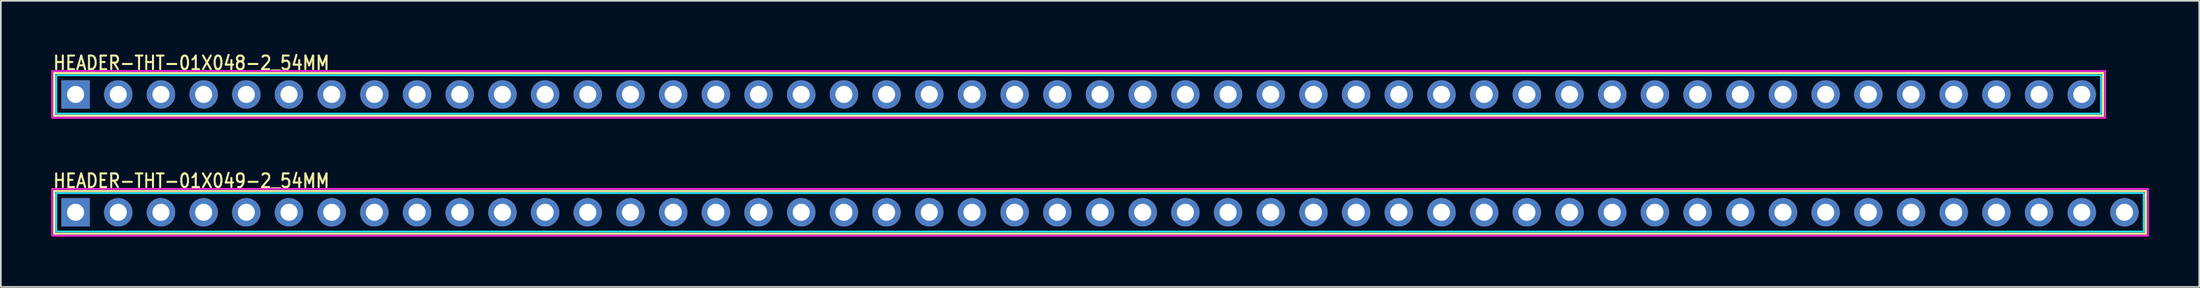
<source format=kicad_pcb>
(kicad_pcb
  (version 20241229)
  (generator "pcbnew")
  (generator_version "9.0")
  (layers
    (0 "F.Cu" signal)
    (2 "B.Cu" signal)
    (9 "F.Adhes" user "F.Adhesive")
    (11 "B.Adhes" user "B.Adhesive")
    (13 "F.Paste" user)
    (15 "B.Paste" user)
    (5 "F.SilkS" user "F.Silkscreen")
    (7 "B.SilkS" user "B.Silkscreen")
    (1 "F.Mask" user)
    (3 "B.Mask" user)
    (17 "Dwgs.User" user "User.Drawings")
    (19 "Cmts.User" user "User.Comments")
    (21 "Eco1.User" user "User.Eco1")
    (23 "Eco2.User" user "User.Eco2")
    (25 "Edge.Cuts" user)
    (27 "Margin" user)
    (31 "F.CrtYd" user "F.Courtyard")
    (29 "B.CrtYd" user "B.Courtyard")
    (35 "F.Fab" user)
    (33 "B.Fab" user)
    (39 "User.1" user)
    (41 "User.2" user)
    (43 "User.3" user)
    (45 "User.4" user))
  (footprint "HEADER-THT-01X048-2_54MM"
    (layer "F.Cu")
    (at 1.447 2.579)
    (property "Reference" "HEADER-THT-01X048-2_54MM" (at -1.4 -1.4 0) (unlocked yes) (layer "F.SilkS") (effects (font (size 0.813 0.695) (thickness 0.122)) (justify left bottom)))
    (fp_line (start -1.27 -1.27) (end -1.27 1.27) (stroke (width 0.127) (type solid)) (layer "F.SilkS"))
    (fp_line (start -1.27 1.27) (end 120.65 1.27) (stroke (width 0.127) (type solid)) (layer "F.SilkS"))
    (fp_line (start 120.65 -1.27) (end -1.27 -1.27) (stroke (width 0.127) (type solid)) (layer "F.SilkS"))
    (fp_line (start 120.65 1.27) (end 120.65 -1.27) (stroke (width 0.127) (type solid)) (layer "F.SilkS"))
    (fp_poly (pts (xy -1.143 -1.143) (xy 120.523 -1.143) (xy 120.523 1.143) (xy -1.143 1.143)) (stroke (width 0.1) (type solid)) (fill no) (layer "B.CrtYd"))
    (fp_poly (pts (xy -1.397 -1.397) (xy 120.777 -1.397) (xy 120.777 1.397) (xy -1.397 1.397)) (stroke (width 0.1) (type solid)) (fill no) (layer "F.CrtYd"))
    (pad "P$1" thru_hole rect (at 0 0) (size 1.693 1.693) (drill 1.016) (layers "*.Cu" "*.Mask"))
    (pad "P$2" thru_hole oval (at 2.54 0) (size 1.693 1.693) (drill 1.016) (layers "*.Cu" "*.Mask"))
    (pad "P$3" thru_hole oval (at 5.08 0) (size 1.693 1.693) (drill 1.016) (layers "*.Cu" "*.Mask"))
    (pad "P$4" thru_hole oval (at 7.62 0) (size 1.693 1.693) (drill 1.016) (layers "*.Cu" "*.Mask"))
    (pad "P$5" thru_hole oval (at 10.16 0) (size 1.693 1.693) (drill 1.016) (layers "*.Cu" "*.Mask"))
    (pad "P$6" thru_hole oval (at 12.7 0) (size 1.693 1.693) (drill 1.016) (layers "*.Cu" "*.Mask"))
    (pad "P$7" thru_hole oval (at 15.24 0) (size 1.693 1.693) (drill 1.016) (layers "*.Cu" "*.Mask"))
    (pad "P$8" thru_hole oval (at 17.78 0) (size 1.693 1.693) (drill 1.016) (layers "*.Cu" "*.Mask"))
    (pad "P$9" thru_hole oval (at 20.32 0) (size 1.693 1.693) (drill 1.016) (layers "*.Cu" "*.Mask"))
    (pad "P$10" thru_hole oval (at 22.86 0) (size 1.693 1.693) (drill 1.016) (layers "*.Cu" "*.Mask"))
    (pad "P$11" thru_hole oval (at 25.4 0) (size 1.693 1.693) (drill 1.016) (layers "*.Cu" "*.Mask"))
    (pad "P$12" thru_hole oval (at 27.94 0) (size 1.693 1.693) (drill 1.016) (layers "*.Cu" "*.Mask"))
    (pad "P$13" thru_hole oval (at 30.48 0) (size 1.693 1.693) (drill 1.016) (layers "*.Cu" "*.Mask"))
    (pad "P$14" thru_hole oval (at 33.02 0) (size 1.693 1.693) (drill 1.016) (layers "*.Cu" "*.Mask"))
    (pad "P$15" thru_hole oval (at 35.56 0) (size 1.693 1.693) (drill 1.016) (layers "*.Cu" "*.Mask"))
    (pad "P$16" thru_hole oval (at 38.1 0) (size 1.693 1.693) (drill 1.016) (layers "*.Cu" "*.Mask"))
    (pad "P$17" thru_hole oval (at 40.64 0) (size 1.693 1.693) (drill 1.016) (layers "*.Cu" "*.Mask"))
    (pad "P$18" thru_hole oval (at 43.18 0) (size 1.693 1.693) (drill 1.016) (layers "*.Cu" "*.Mask"))
    (pad "P$19" thru_hole oval (at 45.72 0) (size 1.693 1.693) (drill 1.016) (layers "*.Cu" "*.Mask"))
    (pad "P$20" thru_hole oval (at 48.26 0) (size 1.693 1.693) (drill 1.016) (layers "*.Cu" "*.Mask"))
    (pad "P$21" thru_hole oval (at 50.8 0) (size 1.693 1.693) (drill 1.016) (layers "*.Cu" "*.Mask"))
    (pad "P$22" thru_hole oval (at 53.34 0) (size 1.693 1.693) (drill 1.016) (layers "*.Cu" "*.Mask"))
    (pad "P$23" thru_hole oval (at 55.88 0) (size 1.693 1.693) (drill 1.016) (layers "*.Cu" "*.Mask"))
    (pad "P$24" thru_hole oval (at 58.42 0) (size 1.693 1.693) (drill 1.016) (layers "*.Cu" "*.Mask"))
    (pad "P$25" thru_hole oval (at 60.96 0) (size 1.693 1.693) (drill 1.016) (layers "*.Cu" "*.Mask"))
    (pad "P$26" thru_hole oval (at 63.5 0) (size 1.693 1.693) (drill 1.016) (layers "*.Cu" "*.Mask"))
    (pad "P$27" thru_hole oval (at 66.04 0) (size 1.693 1.693) (drill 1.016) (layers "*.Cu" "*.Mask"))
    (pad "P$28" thru_hole oval (at 68.58 0) (size 1.693 1.693) (drill 1.016) (layers "*.Cu" "*.Mask"))
    (pad "P$29" thru_hole oval (at 71.12 0) (size 1.693 1.693) (drill 1.016) (layers "*.Cu" "*.Mask"))
    (pad "P$30" thru_hole oval (at 73.66 0) (size 1.693 1.693) (drill 1.016) (layers "*.Cu" "*.Mask"))
    (pad "P$31" thru_hole oval (at 76.2 0) (size 1.693 1.693) (drill 1.016) (layers "*.Cu" "*.Mask"))
    (pad "P$32" thru_hole oval (at 78.74 0) (size 1.693 1.693) (drill 1.016) (layers "*.Cu" "*.Mask"))
    (pad "P$33" thru_hole oval (at 81.28 0) (size 1.693 1.693) (drill 1.016) (layers "*.Cu" "*.Mask"))
    (pad "P$34" thru_hole oval (at 83.82 0) (size 1.693 1.693) (drill 1.016) (layers "*.Cu" "*.Mask"))
    (pad "P$35" thru_hole oval (at 86.36 0) (size 1.693 1.693) (drill 1.016) (layers "*.Cu" "*.Mask"))
    (pad "P$36" thru_hole oval (at 88.9 0) (size 1.693 1.693) (drill 1.016) (layers "*.Cu" "*.Mask"))
    (pad "P$37" thru_hole oval (at 91.44 0) (size 1.693 1.693) (drill 1.016) (layers "*.Cu" "*.Mask"))
    (pad "P$38" thru_hole oval (at 93.98 0) (size 1.693 1.693) (drill 1.016) (layers "*.Cu" "*.Mask"))
    (pad "P$39" thru_hole oval (at 96.52 0) (size 1.693 1.693) (drill 1.016) (layers "*.Cu" "*.Mask"))
    (pad "P$40" thru_hole oval (at 99.06 0) (size 1.693 1.693) (drill 1.016) (layers "*.Cu" "*.Mask"))
    (pad "P$41" thru_hole oval (at 101.6 0) (size 1.693 1.693) (drill 1.016) (layers "*.Cu" "*.Mask"))
    (pad "P$42" thru_hole oval (at 104.14 0) (size 1.693 1.693) (drill 1.016) (layers "*.Cu" "*.Mask"))
    (pad "P$43" thru_hole oval (at 106.68 0) (size 1.693 1.693) (drill 1.016) (layers "*.Cu" "*.Mask"))
    (pad "P$44" thru_hole oval (at 109.22 0) (size 1.693 1.693) (drill 1.016) (layers "*.Cu" "*.Mask"))
    (pad "P$45" thru_hole oval (at 111.76 0) (size 1.693 1.693) (drill 1.016) (layers "*.Cu" "*.Mask"))
    (pad "P$46" thru_hole oval (at 114.3 0) (size 1.693 1.693) (drill 1.016) (layers "*.Cu" "*.Mask"))
    (pad "P$47" thru_hole oval (at 116.84 0) (size 1.693 1.693) (drill 1.016) (layers "*.Cu" "*.Mask"))
    (pad "P$48" thru_hole oval (at 119.38 0) (size 1.693 1.693) (drill 1.016) (layers "*.Cu" "*.Mask")))
  (footprint "HEADER-THT-01X049-2_54MM"
    (layer "F.Cu")
    (at 1.447 9.604)
    (property "Reference" "HEADER-THT-01X049-2_54MM" (at -1.4 -1.4 0) (unlocked yes) (layer "F.SilkS") (effects (font (size 0.813 0.695) (thickness 0.122)) (justify left bottom)))
    (fp_line (start -1.27 -1.27) (end -1.27 1.27) (stroke (width 0.127) (type solid)) (layer "F.SilkS"))
    (fp_line (start -1.27 1.27) (end 123.19 1.27) (stroke (width 0.127) (type solid)) (layer "F.SilkS"))
    (fp_line (start 123.19 -1.27) (end -1.27 -1.27) (stroke (width 0.127) (type solid)) (layer "F.SilkS"))
    (fp_line (start 123.19 1.27) (end 123.19 -1.27) (stroke (width 0.127) (type solid)) (layer "F.SilkS"))
    (fp_poly (pts (xy -1.143 -1.143) (xy 123.063 -1.143) (xy 123.063 1.143) (xy -1.143 1.143)) (stroke (width 0.1) (type solid)) (fill no) (layer "B.CrtYd"))
    (fp_poly (pts (xy -1.397 -1.397) (xy 123.317 -1.397) (xy 123.317 1.397) (xy -1.397 1.397)) (stroke (width 0.1) (type solid)) (fill no) (layer "F.CrtYd"))
    (pad "P$1" thru_hole rect (at 0 0) (size 1.693 1.693) (drill 1.016) (layers "*.Cu" "*.Mask"))
    (pad "P$2" thru_hole oval (at 2.54 0) (size 1.693 1.693) (drill 1.016) (layers "*.Cu" "*.Mask"))
    (pad "P$3" thru_hole oval (at 5.08 0) (size 1.693 1.693) (drill 1.016) (layers "*.Cu" "*.Mask"))
    (pad "P$4" thru_hole oval (at 7.62 0) (size 1.693 1.693) (drill 1.016) (layers "*.Cu" "*.Mask"))
    (pad "P$5" thru_hole oval (at 10.16 0) (size 1.693 1.693) (drill 1.016) (layers "*.Cu" "*.Mask"))
    (pad "P$6" thru_hole oval (at 12.7 0) (size 1.693 1.693) (drill 1.016) (layers "*.Cu" "*.Mask"))
    (pad "P$7" thru_hole oval (at 15.24 0) (size 1.693 1.693) (drill 1.016) (layers "*.Cu" "*.Mask"))
    (pad "P$8" thru_hole oval (at 17.78 0) (size 1.693 1.693) (drill 1.016) (layers "*.Cu" "*.Mask"))
    (pad "P$9" thru_hole oval (at 20.32 0) (size 1.693 1.693) (drill 1.016) (layers "*.Cu" "*.Mask"))
    (pad "P$10" thru_hole oval (at 22.86 0) (size 1.693 1.693) (drill 1.016) (layers "*.Cu" "*.Mask"))
    (pad "P$11" thru_hole oval (at 25.4 0) (size 1.693 1.693) (drill 1.016) (layers "*.Cu" "*.Mask"))
    (pad "P$12" thru_hole oval (at 27.94 0) (size 1.693 1.693) (drill 1.016) (layers "*.Cu" "*.Mask"))
    (pad "P$13" thru_hole oval (at 30.48 0) (size 1.693 1.693) (drill 1.016) (layers "*.Cu" "*.Mask"))
    (pad "P$14" thru_hole oval (at 33.02 0) (size 1.693 1.693) (drill 1.016) (layers "*.Cu" "*.Mask"))
    (pad "P$15" thru_hole oval (at 35.56 0) (size 1.693 1.693) (drill 1.016) (layers "*.Cu" "*.Mask"))
    (pad "P$16" thru_hole oval (at 38.1 0) (size 1.693 1.693) (drill 1.016) (layers "*.Cu" "*.Mask"))
    (pad "P$17" thru_hole oval (at 40.64 0) (size 1.693 1.693) (drill 1.016) (layers "*.Cu" "*.Mask"))
    (pad "P$18" thru_hole oval (at 43.18 0) (size 1.693 1.693) (drill 1.016) (layers "*.Cu" "*.Mask"))
    (pad "P$19" thru_hole oval (at 45.72 0) (size 1.693 1.693) (drill 1.016) (layers "*.Cu" "*.Mask"))
    (pad "P$20" thru_hole oval (at 48.26 0) (size 1.693 1.693) (drill 1.016) (layers "*.Cu" "*.Mask"))
    (pad "P$21" thru_hole oval (at 50.8 0) (size 1.693 1.693) (drill 1.016) (layers "*.Cu" "*.Mask"))
    (pad "P$22" thru_hole oval (at 53.34 0) (size 1.693 1.693) (drill 1.016) (layers "*.Cu" "*.Mask"))
    (pad "P$23" thru_hole oval (at 55.88 0) (size 1.693 1.693) (drill 1.016) (layers "*.Cu" "*.Mask"))
    (pad "P$24" thru_hole oval (at 58.42 0) (size 1.693 1.693) (drill 1.016) (layers "*.Cu" "*.Mask"))
    (pad "P$25" thru_hole oval (at 60.96 0) (size 1.693 1.693) (drill 1.016) (layers "*.Cu" "*.Mask"))
    (pad "P$26" thru_hole oval (at 63.5 0) (size 1.693 1.693) (drill 1.016) (layers "*.Cu" "*.Mask"))
    (pad "P$27" thru_hole oval (at 66.04 0) (size 1.693 1.693) (drill 1.016) (layers "*.Cu" "*.Mask"))
    (pad "P$28" thru_hole oval (at 68.58 0) (size 1.693 1.693) (drill 1.016) (layers "*.Cu" "*.Mask"))
    (pad "P$29" thru_hole oval (at 71.12 0) (size 1.693 1.693) (drill 1.016) (layers "*.Cu" "*.Mask"))
    (pad "P$30" thru_hole oval (at 73.66 0) (size 1.693 1.693) (drill 1.016) (layers "*.Cu" "*.Mask"))
    (pad "P$31" thru_hole oval (at 76.2 0) (size 1.693 1.693) (drill 1.016) (layers "*.Cu" "*.Mask"))
    (pad "P$32" thru_hole oval (at 78.74 0) (size 1.693 1.693) (drill 1.016) (layers "*.Cu" "*.Mask"))
    (pad "P$33" thru_hole oval (at 81.28 0) (size 1.693 1.693) (drill 1.016) (layers "*.Cu" "*.Mask"))
    (pad "P$34" thru_hole oval (at 83.82 0) (size 1.693 1.693) (drill 1.016) (layers "*.Cu" "*.Mask"))
    (pad "P$35" thru_hole oval (at 86.36 0) (size 1.693 1.693) (drill 1.016) (layers "*.Cu" "*.Mask"))
    (pad "P$36" thru_hole oval (at 88.9 0) (size 1.693 1.693) (drill 1.016) (layers "*.Cu" "*.Mask"))
    (pad "P$37" thru_hole oval (at 91.44 0) (size 1.693 1.693) (drill 1.016) (layers "*.Cu" "*.Mask"))
    (pad "P$38" thru_hole oval (at 93.98 0) (size 1.693 1.693) (drill 1.016) (layers "*.Cu" "*.Mask"))
    (pad "P$39" thru_hole oval (at 96.52 0) (size 1.693 1.693) (drill 1.016) (layers "*.Cu" "*.Mask"))
    (pad "P$40" thru_hole oval (at 99.06 0) (size 1.693 1.693) (drill 1.016) (layers "*.Cu" "*.Mask"))
    (pad "P$41" thru_hole oval (at 101.6 0) (size 1.693 1.693) (drill 1.016) (layers "*.Cu" "*.Mask"))
    (pad "P$42" thru_hole oval (at 104.14 0) (size 1.693 1.693) (drill 1.016) (layers "*.Cu" "*.Mask"))
    (pad "P$43" thru_hole oval (at 106.68 0) (size 1.693 1.693) (drill 1.016) (layers "*.Cu" "*.Mask"))
    (pad "P$44" thru_hole oval (at 109.22 0) (size 1.693 1.693) (drill 1.016) (layers "*.Cu" "*.Mask"))
    (pad "P$45" thru_hole oval (at 111.76 0) (size 1.693 1.693) (drill 1.016) (layers "*.Cu" "*.Mask"))
    (pad "P$46" thru_hole oval (at 114.3 0) (size 1.693 1.693) (drill 1.016) (layers "*.Cu" "*.Mask"))
    (pad "P$47" thru_hole oval (at 116.84 0) (size 1.693 1.693) (drill 1.016) (layers "*.Cu" "*.Mask"))
    (pad "P$48" thru_hole oval (at 119.38 0) (size 1.693 1.693) (drill 1.016) (layers "*.Cu" "*.Mask"))
    (pad "P$49" thru_hole oval (at 121.92 0) (size 1.693 1.693) (drill 1.016) (layers "*.Cu" "*.Mask")))
  (gr_rect
    (start -3 -3)
    (end 127.814 14.051)
    (stroke (width 0.1) (type default))
    (fill no)
    (layer "Edge.Cuts")))
</source>
